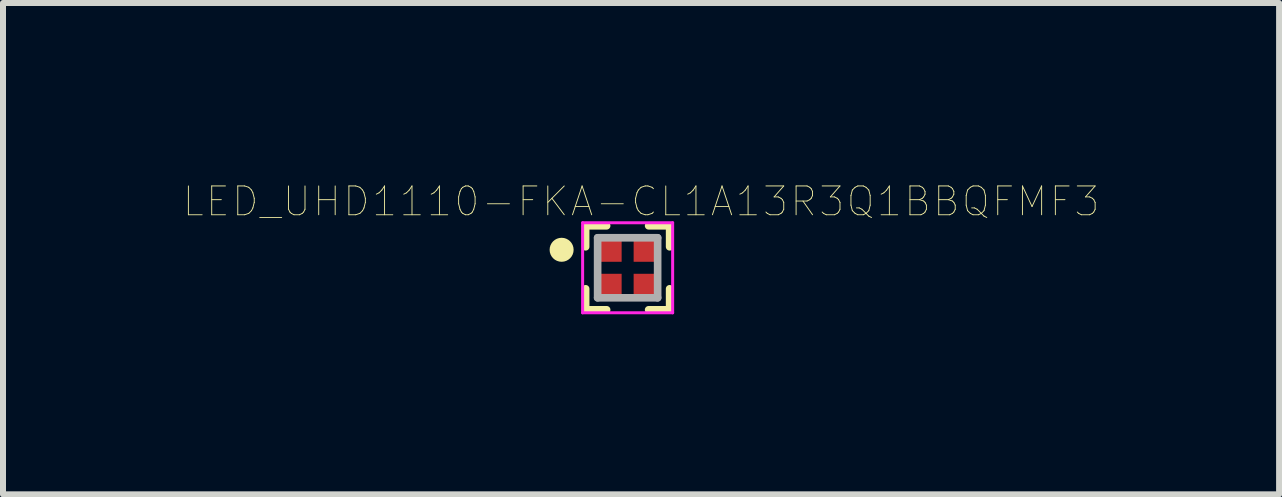
<source format=kicad_pcb>
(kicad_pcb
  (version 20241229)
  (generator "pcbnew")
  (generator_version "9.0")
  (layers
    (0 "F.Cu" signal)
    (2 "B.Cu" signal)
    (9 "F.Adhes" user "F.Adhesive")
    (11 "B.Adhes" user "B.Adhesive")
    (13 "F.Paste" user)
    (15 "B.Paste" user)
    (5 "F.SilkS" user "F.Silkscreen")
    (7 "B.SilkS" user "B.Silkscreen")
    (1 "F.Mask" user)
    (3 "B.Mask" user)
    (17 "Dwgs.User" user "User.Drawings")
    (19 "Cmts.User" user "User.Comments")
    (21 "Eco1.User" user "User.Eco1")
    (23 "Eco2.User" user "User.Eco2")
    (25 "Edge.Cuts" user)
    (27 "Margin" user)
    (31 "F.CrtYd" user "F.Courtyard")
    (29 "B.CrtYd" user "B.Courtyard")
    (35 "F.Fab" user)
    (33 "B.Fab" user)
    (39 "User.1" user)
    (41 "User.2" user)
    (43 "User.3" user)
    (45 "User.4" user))
  (footprint "LED_UHD1110-FKA-CL1A13R3Q1BBQFMF3"
    (layer "F.Cu")
    (at 7.408 1.412)
    (property "Reference" "LED_UHD1110-FKA-CL1A13R3Q1BBQFMF3" (at 0.224 -1.105 0) (layer "F.SilkS") (effects (font (size 0.48 0.48) (thickness 0.015))))
    (attr through_hole)
    (fp_line (start -0.7 -0.7) (end -0.7 -0.35) (stroke (width 0.127) (type solid)) (layer "F.SilkS"))
    (fp_line (start -0.7 0.35) (end -0.7 0.7) (stroke (width 0.127) (type solid)) (layer "F.SilkS"))
    (fp_line (start -0.7 0.7) (end -0.35 0.7) (stroke (width 0.127) (type solid)) (layer "F.SilkS"))
    (fp_line (start -0.35 -0.7) (end -0.7 -0.7) (stroke (width 0.127) (type solid)) (layer "F.SilkS"))
    (fp_line (start 0.35 -0.7) (end 0.7 -0.7) (stroke (width 0.127) (type solid)) (layer "F.SilkS"))
    (fp_line (start 0.35 0.7) (end 0.7 0.7) (stroke (width 0.127) (type solid)) (layer "F.SilkS"))
    (fp_line (start 0.7 -0.7) (end 0.7 -0.35) (stroke (width 0.127) (type solid)) (layer "F.SilkS"))
    (fp_line (start 0.7 0.7) (end 0.7 0.35) (stroke (width 0.127) (type solid)) (layer "F.SilkS"))
    (fp_circle (center -1.1 -0.3) (end -1 -0.3) (stroke (width 0.2) (type solid)) (fill no) (layer "F.SilkS"))
    (fp_line (start -0.75 -0.75) (end 0.75 -0.75) (stroke (width 0.05) (type solid)) (layer "F.CrtYd"))
    (fp_line (start -0.75 0.75) (end -0.75 -0.75) (stroke (width 0.05) (type solid)) (layer "F.CrtYd"))
    (fp_line (start 0.75 -0.75) (end 0.75 0.75) (stroke (width 0.05) (type solid)) (layer "F.CrtYd"))
    (fp_line (start 0.75 0.75) (end -0.75 0.75) (stroke (width 0.05) (type solid)) (layer "F.CrtYd"))
    (fp_line (start -0.5 -0.5) (end 0.5 -0.5) (stroke (width 0.127) (type solid)) (layer "F.Fab"))
    (fp_line (start -0.5 0.5) (end -0.5 -0.5) (stroke (width 0.127) (type solid)) (layer "F.Fab"))
    (fp_line (start 0.5 -0.5) (end 0.5 0.5) (stroke (width 0.127) (type solid)) (layer "F.Fab"))
    (fp_line (start 0.5 0.5) (end -0.5 0.5) (stroke (width 0.127) (type solid)) (layer "F.Fab"))
    (pad "1" smd rect (at -0.3 -0.3) (size 0.4 0.4) (layers "F.Cu" "F.Mask" "F.Paste"))
    (pad "2" smd rect (at -0.3 0.3) (size 0.4 0.4) (layers "F.Cu" "F.Mask" "F.Paste"))
    (pad "3" smd rect (at 0.3 0.3) (size 0.4 0.4) (layers "F.Cu" "F.Mask" "F.Paste"))
    (pad "4" smd rect (at 0.3 -0.3) (size 0.4 0.4) (layers "F.Cu" "F.Mask" "F.Paste")))
  (gr_rect
    (start -3 -3)
    (end 18.263 5.187)
    (stroke (width 0.1) (type default))
    (fill no)
    (layer "Edge.Cuts")))
</source>
